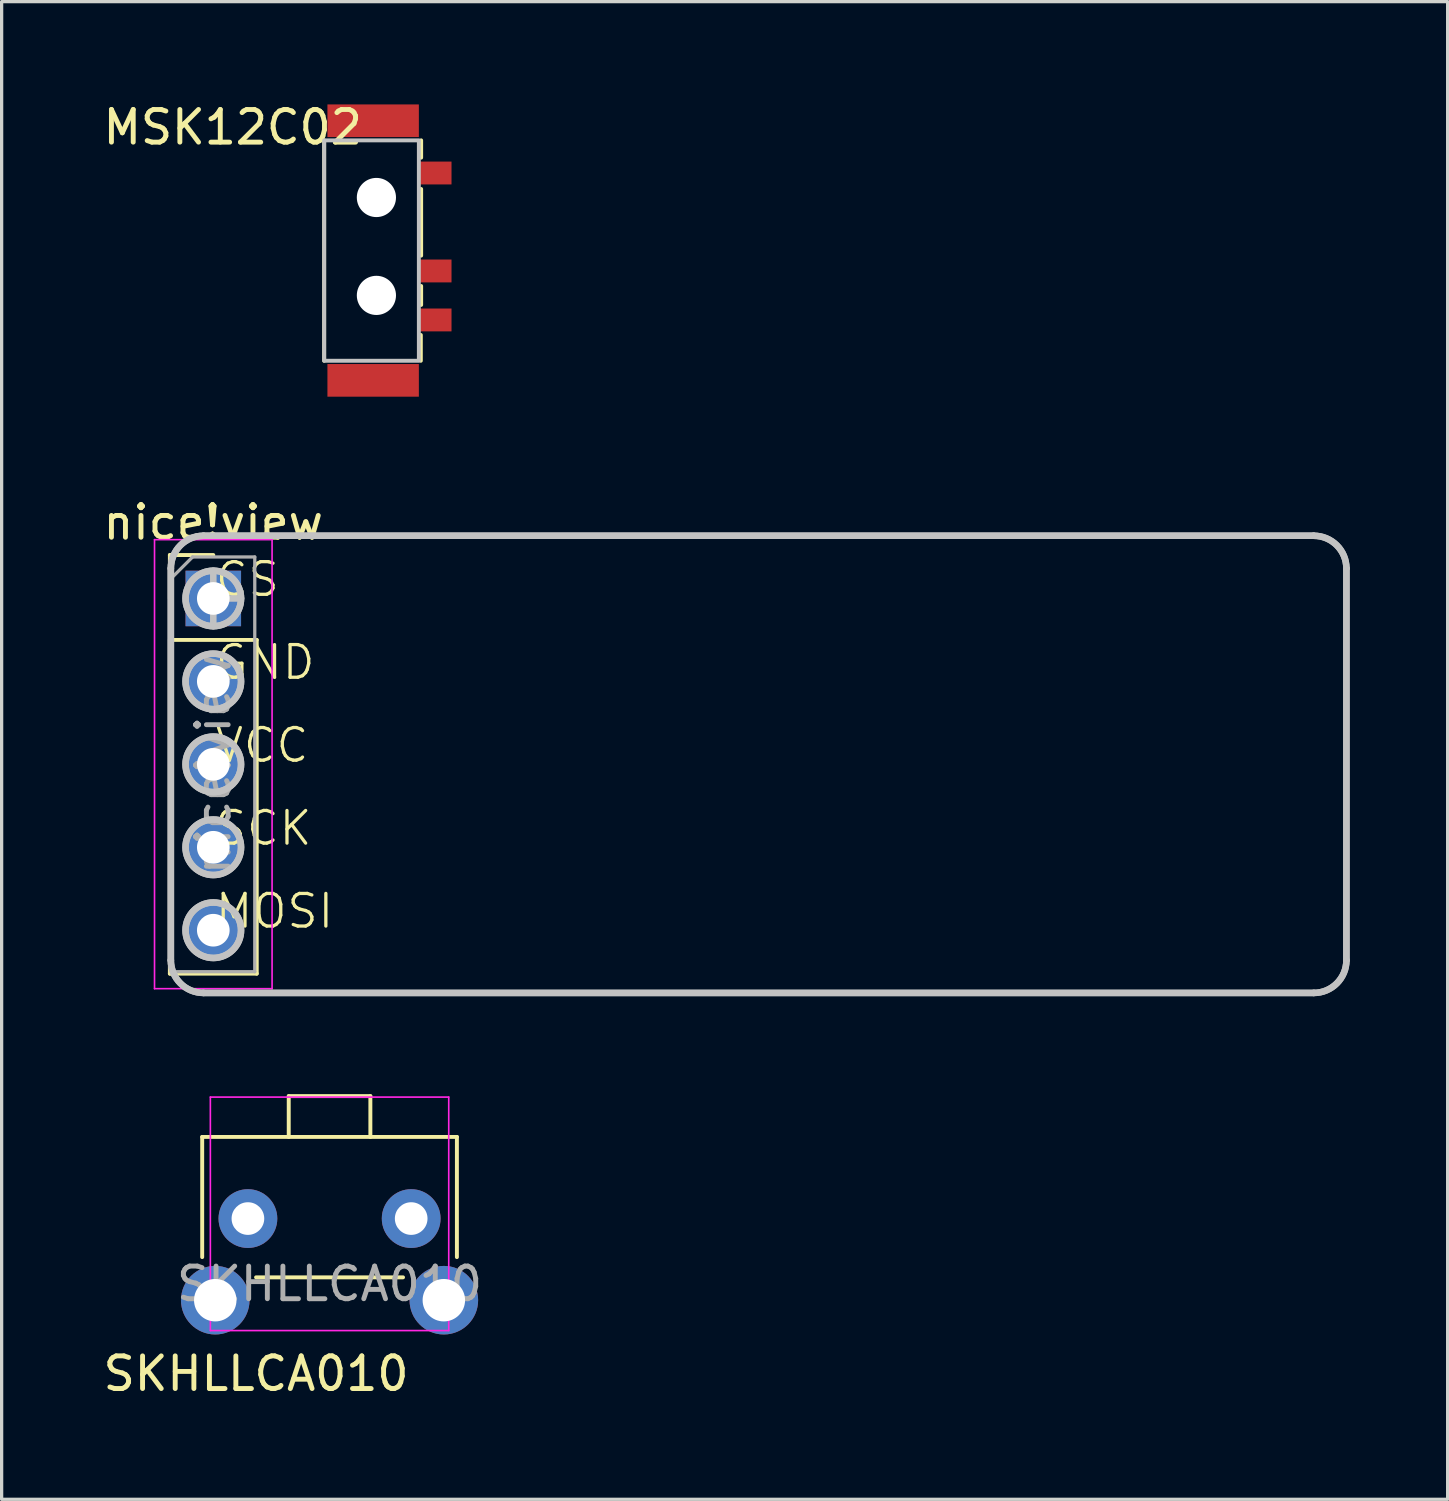
<source format=kicad_pcb>
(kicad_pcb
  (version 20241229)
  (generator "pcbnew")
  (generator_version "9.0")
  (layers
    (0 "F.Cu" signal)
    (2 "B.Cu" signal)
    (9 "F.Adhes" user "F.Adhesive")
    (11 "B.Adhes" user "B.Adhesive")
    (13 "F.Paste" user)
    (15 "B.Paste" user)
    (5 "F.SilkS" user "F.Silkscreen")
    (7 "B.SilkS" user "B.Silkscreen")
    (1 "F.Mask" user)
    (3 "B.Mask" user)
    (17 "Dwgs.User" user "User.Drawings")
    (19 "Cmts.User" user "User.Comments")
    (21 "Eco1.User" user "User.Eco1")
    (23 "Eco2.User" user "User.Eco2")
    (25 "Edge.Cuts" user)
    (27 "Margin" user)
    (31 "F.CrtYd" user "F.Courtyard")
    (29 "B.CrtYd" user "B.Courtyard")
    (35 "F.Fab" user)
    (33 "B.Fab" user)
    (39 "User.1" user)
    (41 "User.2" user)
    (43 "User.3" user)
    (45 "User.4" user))
  (footprint "SKHLLCA010"
    (layer "F.Cu")
    (at 7.042 35.517)
    (property "Reference" "SKHLLCA010" (at -2.25 3.5 0) (unlocked yes) (layer "F.SilkS") (effects (font (size 1 1) (thickness 0.15))))
    (attr through_hole)
    (fp_line (start -3.9 -3.75) (end 3.9 -3.75) (stroke (width 0.12) (type solid)) (layer "F.SilkS"))
    (fp_line (start -3.9 -0.07) (end -3.9 -3.75) (stroke (width 0.12) (type solid)) (layer "F.SilkS"))
    (fp_line (start -2.25 0.55) (end 2.25 0.55) (stroke (width 0.12) (type solid)) (layer "F.SilkS"))
    (fp_line (start -1.25 -5) (end 1.25 -5) (stroke (width 0.12) (type solid)) (layer "F.SilkS"))
    (fp_line (start -1.25 -3.75) (end -1.25 -5) (stroke (width 0.12) (type solid)) (layer "F.SilkS"))
    (fp_line (start 1.25 -3.75) (end 1.25 -5) (stroke (width 0.12) (type solid)) (layer "F.SilkS"))
    (fp_line (start 3.9 -0.07) (end 3.9 -3.75) (stroke (width 0.12) (type solid)) (layer "F.SilkS"))
    (fp_line (start -3.65 -4.97) (end -3.65 2.18) (stroke (width 0.05) (type solid)) (layer "F.CrtYd"))
    (fp_line (start -3.65 -4.97) (end 3.65 -4.97) (stroke (width 0.05) (type solid)) (layer "F.CrtYd"))
    (fp_line (start -3.65 2.18) (end 3.65 2.18) (stroke (width 0.05) (type solid)) (layer "F.CrtYd"))
    (fp_line (start 3.65 -4.97) (end 3.65 2.18) (stroke (width 0.05) (type solid)) (layer "F.CrtYd"))
    (fp_text user "${REFERENCE}" (at 0 0.75 0) (unlocked yes) (layer "F.Fab") (effects (font (size 1 1) (thickness 0.15))))
    (pad "1" thru_hole circle (at 2.5 -1.25) (size 1.8 1.8) (drill 1) (layers "*.Cu" "B.Mask"))
    (pad "2" thru_hole circle (at -2.5 -1.25) (size 1.8 1.8) (drill 1) (layers "*.Cu" "B.Mask"))
    (pad "GND" thru_hole circle (at -3.5 1.25) (size 2.1 2.1) (drill 1.3) (layers "*.Cu" "*.Mask"))
    (pad "GND" thru_hole circle (at 3.5 1.25) (size 2.1 2.1) (drill 1.3) (layers "*.Cu" "*.Mask")))
  (footprint "MSK12C02"
    (layer "F.Cu")
    (at 8.477 4.497)
    (property "Reference" "MSK12C02" (at -4.4 -3.649 0) (layer "F.SilkS") (effects (font (size 1 1) (thickness 0.15))))
    (attr through_hole)
    (fp_line (start -1.6 3.501) (end -1.6 -3.249) (stroke (width 0.12) (type solid)) (layer "F.SilkS"))
    (fp_line (start 1.36 2.711) (end 1.36 3.501) (stroke (width 0.12) (type solid)) (layer "F.SilkS"))
    (fp_line (start 1.37 -2.719) (end 1.37 -3.249) (stroke (width 0.12) (type solid)) (layer "F.SilkS"))
    (fp_line (start 1.37 -1.759) (end 1.37 0.281) (stroke (width 0.12) (type solid)) (layer "F.SilkS"))
    (fp_line (start 1.37 1.211) (end 1.37 1.791) (stroke (width 0.12) (type solid)) (layer "F.SilkS"))
    (fp_rect (start -1.6 -3.249) (end 1.3 3.501) (stroke (width 0.12) (type solid)) (fill no) (layer "Dwgs.User"))
    (pad "" np_thru_hole circle (at 0 -1.499) (size 1.2 1.2) (drill 1.2) (layers "*.Cu" "*.Mask"))
    (pad "" np_thru_hole circle (at 0 1.499) (size 1.2 1.2) (drill 1.2) (layers "*.Cu" "*.Mask"))
    (pad "1" smd rect (at 1.8 -2.249 90) (size 0.7 1) (layers "F.Cu" "F.Mask" "F.Paste"))
    (pad "2" smd rect (at 1.8 0.751 90) (size 0.7 1) (layers "F.Cu" "F.Mask" "F.Paste"))
    (pad "3" smd rect (at 1.8 2.251 90) (size 0.7 1) (layers "F.Cu" "F.Mask" "F.Paste"))
    (pad "NC" smd rect (at -0.1 -3.849) (size 2.8 1) (layers "F.Cu" "F.Mask" "F.Paste"))
    (pad "NC" smd rect (at -0.1 4.101) (size 2.8 1) (layers "F.Cu" "F.Mask" "F.Paste")))
  (footprint "nice!view"
    (layer "F.Cu")
    (at 3.482 15.277)
    (property "Reference" "nice!view" (at 0 -2.33 0) (layer "F.SilkS") (effects (font (size 1 1) (thickness 0.15))))
    (attr through_hole)
    (fp_line (start -1.33 -1.33) (end 0 -1.33) (stroke (width 0.12) (type solid)) (layer "F.SilkS"))
    (fp_line (start -1.33 0) (end -1.33 -1.33) (stroke (width 0.12) (type solid)) (layer "F.SilkS"))
    (fp_line (start -1.33 1.27) (end -1.33 11.49) (stroke (width 0.12) (type solid)) (layer "F.SilkS"))
    (fp_line (start -1.33 1.27) (end 1.33 1.27) (stroke (width 0.12) (type solid)) (layer "F.SilkS"))
    (fp_line (start -1.33 11.49) (end 1.33 11.49) (stroke (width 0.12) (type solid)) (layer "F.SilkS"))
    (fp_line (start 1.33 1.27) (end 1.33 11.49) (stroke (width 0.12) (type solid)) (layer "F.SilkS"))
    (fp_line (start -1.3 11.08) (end -1.3 -0.92) (stroke (width 0.2) (type solid)) (layer "Dwgs.User"))
    (fp_line (start -1.3 11.08) (end -1.3 -0.92) (stroke (width 0.2) (type solid)) (layer "Dwgs.User"))
    (fp_line (start -0.3 -1.92) (end 33.7 -1.92) (stroke (width 0.2) (type solid)) (layer "Dwgs.User"))
    (fp_line (start -0.3 -1.92) (end 33.7 -1.92) (stroke (width 0.2) (type solid)) (layer "Dwgs.User"))
    (fp_line (start 0 -0.85) (end 0 0.85) (stroke (width 0.2) (type solid)) (layer "Dwgs.User"))
    (fp_line (start 0 0) (end 0.85 0) (stroke (width 0.2) (type solid)) (layer "Dwgs.User"))
    (fp_line (start 33.7 12.08) (end -0.3 12.08) (stroke (width 0.2) (type solid)) (layer "Dwgs.User"))
    (fp_line (start 33.7 12.08) (end -0.3 12.08) (stroke (width 0.2) (type solid)) (layer "Dwgs.User"))
    (fp_line (start 34.7 -0.92) (end 34.7 11.08) (stroke (width 0.2) (type solid)) (layer "Dwgs.User"))
    (fp_line (start 34.7 -0.92) (end 34.7 11.08) (stroke (width 0.2) (type solid)) (layer "Dwgs.User"))
    (fp_arc (start -1.3 -0.92) (mid -1.007107 -1.627107) (end -0.3 -1.92) (stroke (width 0.2) (type solid)) (layer "Dwgs.User"))
    (fp_arc (start -1.3 -0.92) (mid -1.007107 -1.627107) (end -0.3 -1.92) (stroke (width 0.2) (type solid)) (layer "Dwgs.User"))
    (fp_arc (start -0.3 12.08) (mid -1.007107 11.787107) (end -1.3 11.08) (stroke (width 0.2) (type solid)) (layer "Dwgs.User"))
    (fp_arc (start -0.3 12.08) (mid -1.007107 11.787107) (end -1.3 11.08) (stroke (width 0.2) (type solid)) (layer "Dwgs.User"))
    (fp_arc (start 33.7 -1.92) (mid 34.407107 -1.627107) (end 34.7 -0.92) (stroke (width 0.2) (type solid)) (layer "Dwgs.User"))
    (fp_arc (start 33.7 -1.92) (mid 34.407107 -1.627107) (end 34.7 -0.92) (stroke (width 0.2) (type solid)) (layer "Dwgs.User"))
    (fp_arc (start 34.7 11.08) (mid 34.407107 11.787107) (end 33.7 12.08) (stroke (width 0.2) (type solid)) (layer "Dwgs.User"))
    (fp_arc (start 34.7 11.08) (mid 34.407107 11.787107) (end 33.7 12.08) (stroke (width 0.2) (type solid)) (layer "Dwgs.User"))
    (fp_circle (center 0 0) (end 0 0.85) (stroke (width 0.2) (type solid)) (fill no) (layer "Dwgs.User"))
    (fp_circle (center 0 0) (end 0 0.85) (stroke (width 0.2) (type solid)) (fill no) (layer "Dwgs.User"))
    (fp_circle (center 0 2.54) (end 0 3.39) (stroke (width 0.2) (type solid)) (fill no) (layer "Dwgs.User"))
    (fp_circle (center 0 2.54) (end 0 3.39) (stroke (width 0.2) (type solid)) (fill no) (layer "Dwgs.User"))
    (fp_circle (center 0 5.08) (end 0 5.93) (stroke (width 0.2) (type solid)) (fill no) (layer "Dwgs.User"))
    (fp_circle (center 0 5.08) (end 0 5.93) (stroke (width 0.2) (type solid)) (fill no) (layer "Dwgs.User"))
    (fp_circle (center 0 7.62) (end 0 8.47) (stroke (width 0.2) (type solid)) (fill no) (layer "Dwgs.User"))
    (fp_circle (center 0 7.62) (end 0 8.47) (stroke (width 0.2) (type solid)) (fill no) (layer "Dwgs.User"))
    (fp_circle (center 0 10.16) (end 0 11.01) (stroke (width 0.2) (type solid)) (fill no) (layer "Dwgs.User"))
    (fp_circle (center 0 10.16) (end 0 11.01) (stroke (width 0.2) (type solid)) (fill no) (layer "Dwgs.User"))
    (fp_line (start -1.8 -1.8) (end -1.8 11.95) (stroke (width 0.05) (type solid)) (layer "F.CrtYd"))
    (fp_line (start -1.8 11.95) (end 1.8 11.95) (stroke (width 0.05) (type solid)) (layer "F.CrtYd"))
    (fp_line (start 1.8 -1.8) (end -1.8 -1.8) (stroke (width 0.05) (type solid)) (layer "F.CrtYd"))
    (fp_line (start 1.8 11.95) (end 1.8 -1.8) (stroke (width 0.05) (type solid)) (layer "F.CrtYd"))
    (fp_line (start -1.27 -0.635) (end -0.635 -1.27) (stroke (width 0.1) (type solid)) (layer "F.Fab"))
    (fp_line (start -1.27 11.43) (end -1.27 -0.635) (stroke (width 0.1) (type solid)) (layer "F.Fab"))
    (fp_line (start -0.635 -1.27) (end 1.27 -1.27) (stroke (width 0.1) (type solid)) (layer "F.Fab"))
    (fp_line (start 1.27 -1.27) (end 1.27 11.43) (stroke (width 0.1) (type solid)) (layer "F.Fab"))
    (fp_line (start 1.27 11.43) (end -1.27 11.43) (stroke (width 0.1) (type solid)) (layer "F.Fab"))
    (fp_text user "CS" (at 0 0 0) (unlocked yes) (layer "F.SilkS") (effects (font (size 1 1) (thickness 0.1)) (justify left bottom)))
    (fp_text user "VCC" (at 0 5.08 0) (unlocked yes) (layer "F.SilkS") (effects (font (size 1 1) (thickness 0.1)) (justify left bottom)))
    (fp_text user "GND" (at 0 2.54 0) (unlocked yes) (layer "F.SilkS") (effects (font (size 1 1) (thickness 0.1)) (justify left bottom)))
    (fp_text user "SCK" (at 0 7.62 0) (unlocked yes) (layer "F.SilkS") (effects (font (size 1 1) (thickness 0.1)) (justify left bottom)))
    (fp_text user "MOSI" (at 0 10.16 0) (unlocked yes) (layer "F.SilkS") (effects (font (size 1 1) (thickness 0.1)) (justify left bottom)))
    (fp_text user "${REFERENCE}" (at 0 5.08 90) (layer "F.Fab") (effects (font (size 1 1) (thickness 0.15))))
    (pad "1" thru_hole rect (at 0 0) (size 1.7 1.7) (drill 1) (layers "*.Cu" "*.Mask"))
    (pad "2" thru_hole oval (at 0 2.54) (size 1.7 1.7) (drill 1) (layers "*.Cu" "*.Mask"))
    (pad "3" thru_hole oval (at 0 5.08) (size 1.7 1.7) (drill 1) (layers "*.Cu" "*.Mask"))
    (pad "4" thru_hole oval (at 0 7.62) (size 1.7 1.7) (drill 1) (layers "*.Cu" "*.Mask"))
    (pad "5" thru_hole oval (at 0 10.16) (size 1.7 1.7) (drill 1) (layers "*.Cu" "*.Mask")))
  (gr_rect
    (start -3 -3)
    (end 41.282 42.865)
    (stroke (width 0.1) (type default))
    (fill no)
    (layer "Edge.Cuts")))
</source>
